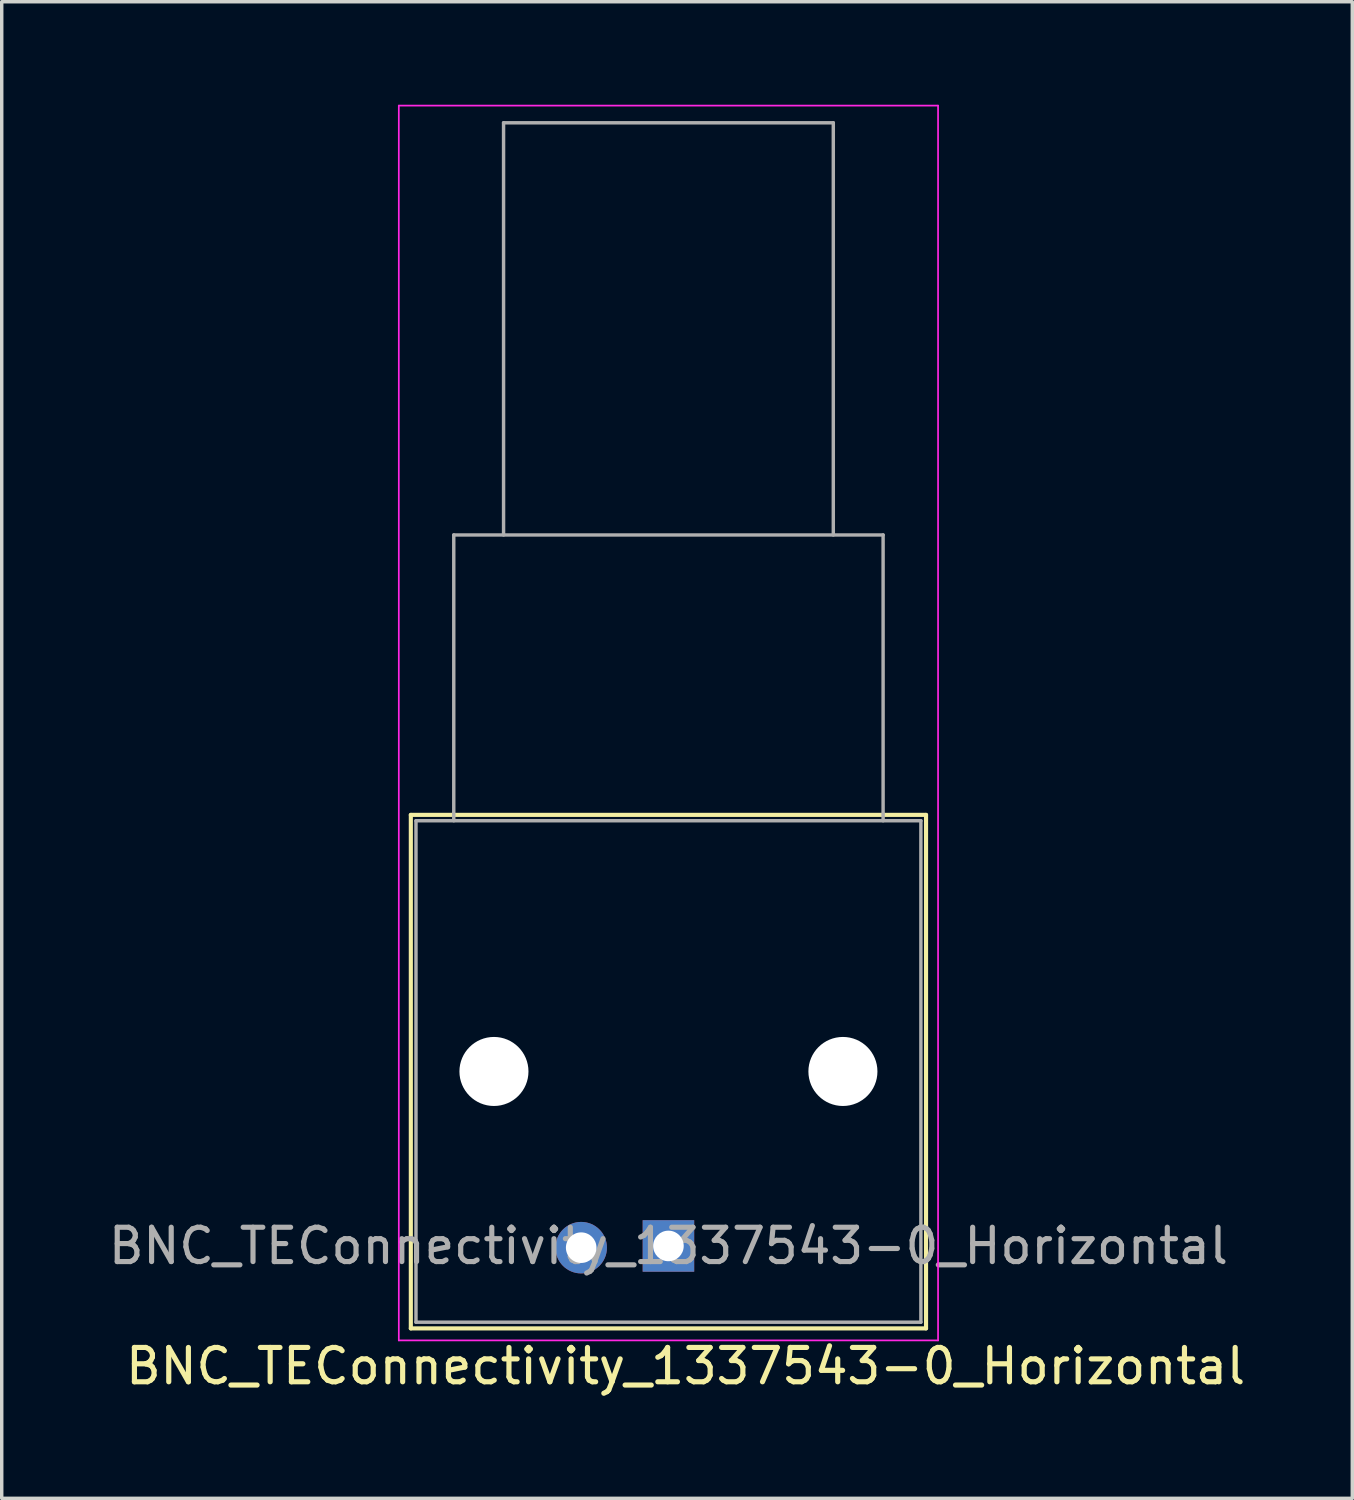
<source format=kicad_pcb>
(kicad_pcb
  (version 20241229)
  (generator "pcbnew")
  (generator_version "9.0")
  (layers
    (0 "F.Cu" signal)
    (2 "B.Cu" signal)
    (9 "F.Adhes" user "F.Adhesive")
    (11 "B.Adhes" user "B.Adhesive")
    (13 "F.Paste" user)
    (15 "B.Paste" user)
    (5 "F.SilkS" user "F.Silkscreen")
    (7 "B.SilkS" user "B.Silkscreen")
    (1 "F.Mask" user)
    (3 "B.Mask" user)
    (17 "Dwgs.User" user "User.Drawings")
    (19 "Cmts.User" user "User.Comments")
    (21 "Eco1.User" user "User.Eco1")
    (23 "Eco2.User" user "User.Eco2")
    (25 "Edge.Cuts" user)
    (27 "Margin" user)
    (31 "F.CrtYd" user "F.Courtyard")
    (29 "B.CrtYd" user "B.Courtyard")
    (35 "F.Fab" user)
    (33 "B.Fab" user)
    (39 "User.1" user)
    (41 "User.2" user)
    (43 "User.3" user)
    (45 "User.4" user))
  (footprint "BNC_TEConnectivity_1337543-0_Horizontal"
    (layer "F.Cu")
    (at 16.411 33.225)
    (property "Reference" "BNC_TEConnectivity_1337543-0_Horizontal" (at 0.5 3.5 0) (layer "F.SilkS") (effects (font (size 1 1) (thickness 0.15))))
    (attr through_hole)
    (fp_line (start -7.5 -12.55) (end 7.5 -12.55) (stroke (width 0.12) (type solid)) (layer "F.SilkS"))
    (fp_line (start -7.5 2.4) (end -7.5 -12.55) (stroke (width 0.12) (type solid)) (layer "F.SilkS"))
    (fp_line (start 7.5 -12.55) (end 7.5 2.4) (stroke (width 0.12) (type solid)) (layer "F.SilkS"))
    (fp_line (start 7.5 2.4) (end -7.5 2.4) (stroke (width 0.12) (type solid)) (layer "F.SilkS"))
    (fp_line (start -7.85 -33.2) (end 7.85 -33.2) (stroke (width 0.05) (type solid)) (layer "F.CrtYd"))
    (fp_line (start -7.85 2.75) (end -7.85 -33.2) (stroke (width 0.05) (type solid)) (layer "F.CrtYd"))
    (fp_line (start -7.85 2.75) (end 7.85 2.75) (stroke (width 0.05) (type solid)) (layer "F.CrtYd"))
    (fp_line (start 7.85 2.75) (end 7.85 -33.2) (stroke (width 0.05) (type solid)) (layer "F.CrtYd"))
    (fp_line (start -7.35 -12.38) (end -7.35 2.22) (stroke (width 0.1) (type solid)) (layer "F.Fab"))
    (fp_line (start -7.35 -12.38) (end 7.35 -12.38) (stroke (width 0.1) (type solid)) (layer "F.Fab"))
    (fp_line (start -7.35 2.22) (end 7.35 2.22) (stroke (width 0.1) (type solid)) (layer "F.Fab"))
    (fp_line (start -6.25 -12.38) (end -6.25 -20.7) (stroke (width 0.1) (type solid)) (layer "F.Fab"))
    (fp_line (start -4.8 -20.7) (end -4.8 -32.7) (stroke (width 0.1) (type solid)) (layer "F.Fab"))
    (fp_line (start 4.8 -32.7) (end -4.8 -32.7) (stroke (width 0.1) (type solid)) (layer "F.Fab"))
    (fp_line (start 4.8 -20.7) (end 4.8 -32.7) (stroke (width 0.1) (type solid)) (layer "F.Fab"))
    (fp_line (start 6.25 -20.7) (end -6.25 -20.7) (stroke (width 0.1) (type solid)) (layer "F.Fab"))
    (fp_line (start 6.25 -12.38) (end 6.25 -20.7) (stroke (width 0.1) (type solid)) (layer "F.Fab"))
    (fp_line (start 7.35 2.22) (end 7.35 -12.38) (stroke (width 0.1) (type solid)) (layer "F.Fab"))
    (fp_text user "${REFERENCE}" (at 0 0 0) (layer "F.Fab") (effects (font (size 1 1) (thickness 0.15))))
    (pad "" np_thru_hole circle (at -5.08 -5.08) (size 2.01 2.01) (drill 2.01) (layers "*.Cu" "*.Mask"))
    (pad "" np_thru_hole circle (at 5.08 -5.08) (size 2.01 2.01) (drill 2.01) (layers "*.Cu" "*.Mask"))
    (pad "1" thru_hole rect (at 0 0) (size 1.5 1.5) (drill 0.89) (layers "*.Cu" "*.Mask"))
    (pad "2" thru_hole circle (at -2.54 0.05) (size 1.5 1.5) (drill 0.89) (layers "*.Cu" "*.Mask")))
  (gr_rect
    (start -3 -3)
    (end 36.321 40.573)
    (stroke (width 0.1) (type default))
    (fill no)
    (layer "Edge.Cuts")))
</source>
